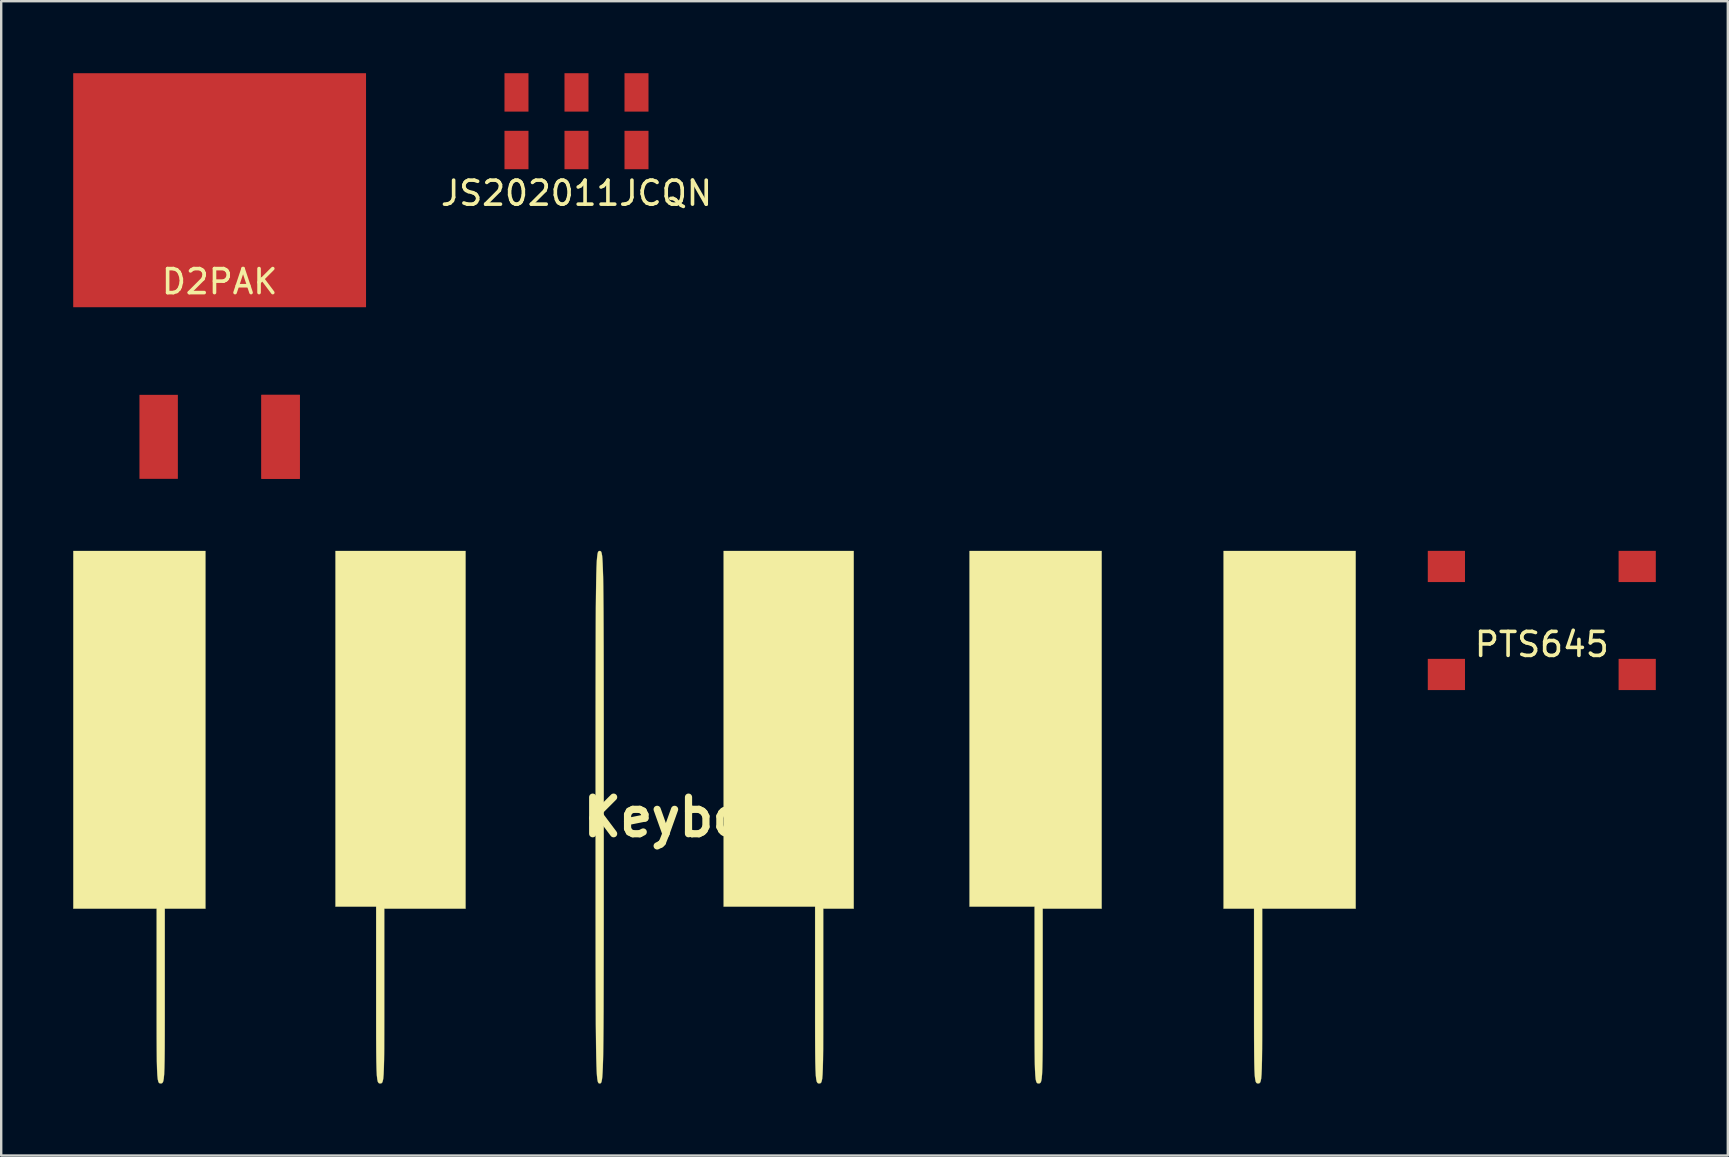
<source format=kicad_pcb>
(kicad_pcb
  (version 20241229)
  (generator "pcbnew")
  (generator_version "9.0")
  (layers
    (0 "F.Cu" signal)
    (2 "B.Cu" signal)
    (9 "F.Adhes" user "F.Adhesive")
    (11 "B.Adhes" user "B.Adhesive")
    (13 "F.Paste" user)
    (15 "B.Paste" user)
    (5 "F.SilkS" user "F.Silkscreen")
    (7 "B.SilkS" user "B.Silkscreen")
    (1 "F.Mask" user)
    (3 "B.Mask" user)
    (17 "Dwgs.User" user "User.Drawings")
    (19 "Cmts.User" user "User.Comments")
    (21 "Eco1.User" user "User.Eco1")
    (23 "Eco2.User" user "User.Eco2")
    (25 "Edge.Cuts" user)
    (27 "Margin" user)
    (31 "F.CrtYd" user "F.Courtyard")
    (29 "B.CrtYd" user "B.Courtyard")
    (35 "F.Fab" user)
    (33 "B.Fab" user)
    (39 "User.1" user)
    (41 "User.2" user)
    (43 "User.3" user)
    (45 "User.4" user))
  (footprint "Keyboard"
    (layer "F.Cu")
    (at 26.506 30.996)
    (property "Reference" "Keyboard" (at 0 0 0) (layer "F.SilkS") (effects (font (size 1.524 1.524) (thickness 0.3))))
    (attr through_hole)
    (fp_poly (pts (xy -20.997 3.81) (xy -22.691 3.81) (xy -22.691 7.451) (xy -22.691 8.33) (xy -22.692 9.055) (xy -22.694 9.641) (xy -22.699 10.102) (xy -22.707 10.453) (xy -22.718 10.71) (xy -22.733 10.886) (xy -22.754 10.998) (xy -22.78 11.059) (xy -22.812 11.085) (xy -22.852 11.091) (xy -22.86 11.091) (xy -22.901 11.087) (xy -22.935 11.066) (xy -22.962 11.012) (xy -22.983 10.911) (xy -23 10.747) (xy -23.012 10.506) (xy -23.02 10.173) (xy -23.025 9.733) (xy -23.028 9.171) (xy -23.029 8.472) (xy -23.029 7.621) (xy -23.029 7.451) (xy -23.029 3.81) (xy -26.501 3.81) (xy -26.501 -11.091) (xy -20.997 -11.091) (xy -20.997 3.81)) (stroke (width 0.01) (type solid)) (fill yes) (layer "F.SilkS"))
    (fp_poly (pts (xy -10.16 3.81) (xy -13.547 3.81) (xy -13.547 7.451) (xy -13.547 8.33) (xy -13.548 9.055) (xy -13.55 9.641) (xy -13.555 10.102) (xy -13.563 10.453) (xy -13.574 10.71) (xy -13.589 10.886) (xy -13.61 10.998) (xy -13.636 11.059) (xy -13.668 11.085) (xy -13.708 11.091) (xy -13.716 11.091) (xy -13.757 11.088) (xy -13.79 11.066) (xy -13.817 11.013) (xy -13.839 10.912) (xy -13.855 10.749) (xy -13.867 10.51) (xy -13.876 10.179) (xy -13.881 9.741) (xy -13.884 9.183) (xy -13.885 8.488) (xy -13.885 7.642) (xy -13.885 7.408) (xy -13.885 3.725) (xy -15.579 3.725) (xy -15.579 -11.091) (xy -10.16 -11.091) (xy -10.16 3.81)) (stroke (width 0.01) (type solid)) (fill yes) (layer "F.SilkS"))
    (fp_poly (pts (xy 6.011 3.81) (xy 4.741 3.81) (xy 4.741 7.451) (xy 4.741 8.33) (xy 4.74 9.055) (xy 4.738 9.641) (xy 4.733 10.102) (xy 4.725 10.453) (xy 4.714 10.71) (xy 4.699 10.886) (xy 4.678 10.998) (xy 4.652 11.059) (xy 4.62 11.085) (xy 4.58 11.091) (xy 4.572 11.091) (xy 4.531 11.088) (xy 4.498 11.066) (xy 4.471 11.013) (xy 4.449 10.912) (xy 4.433 10.749) (xy 4.421 10.51) (xy 4.412 10.179) (xy 4.407 9.741) (xy 4.404 9.183) (xy 4.403 8.488) (xy 4.403 7.642) (xy 4.403 7.408) (xy 4.403 3.725) (xy 0.593 3.725) (xy 0.593 -11.091) (xy 6.011 -11.091) (xy 6.011 3.81)) (stroke (width 0.01) (type solid)) (fill yes) (layer "F.SilkS"))
    (fp_poly (pts (xy 16.341 3.81) (xy 13.885 3.81) (xy 13.885 7.451) (xy 13.885 8.33) (xy 13.884 9.055) (xy 13.882 9.641) (xy 13.877 10.102) (xy 13.869 10.453) (xy 13.858 10.71) (xy 13.843 10.886) (xy 13.822 10.998) (xy 13.796 11.059) (xy 13.764 11.085) (xy 13.724 11.091) (xy 13.716 11.091) (xy 13.675 11.088) (xy 13.642 11.066) (xy 13.615 11.013) (xy 13.593 10.912) (xy 13.577 10.749) (xy 13.565 10.51) (xy 13.556 10.179) (xy 13.551 9.741) (xy 13.548 9.183) (xy 13.547 8.488) (xy 13.547 7.642) (xy 13.547 7.408) (xy 13.547 3.725) (xy 10.837 3.725) (xy 10.837 -11.091) (xy 16.341 -11.091) (xy 16.341 3.81)) (stroke (width 0.01) (type solid)) (fill yes) (layer "F.SilkS"))
    (fp_poly (pts (xy 26.924 3.81) (xy 23.029 3.81) (xy 23.029 7.451) (xy 23.029 8.33) (xy 23.028 9.055) (xy 23.026 9.641) (xy 23.021 10.102) (xy 23.013 10.453) (xy 23.002 10.71) (xy 22.987 10.886) (xy 22.966 10.998) (xy 22.94 11.059) (xy 22.908 11.085) (xy 22.868 11.091) (xy 22.86 11.091) (xy 22.819 11.087) (xy 22.785 11.066) (xy 22.758 11.012) (xy 22.737 10.911) (xy 22.72 10.747) (xy 22.708 10.506) (xy 22.7 10.173) (xy 22.695 9.733) (xy 22.692 9.171) (xy 22.691 8.472) (xy 22.691 7.621) (xy 22.691 7.451) (xy 22.691 3.81) (xy 21.421 3.81) (xy 21.421 -11.091) (xy 26.924 -11.091) (xy 26.924 3.81)) (stroke (width 0.01) (type solid)) (fill yes) (layer "F.SilkS"))
    (fp_poly (pts (xy -4.548 -11.089) (xy -4.526 -11.078) (xy -4.506 -11.049) (xy -4.489 -10.993) (xy -4.473 -10.903) (xy -4.46 -10.768) (xy -4.449 -10.582) (xy -4.439 -10.335) (xy -4.43 -10.018) (xy -4.423 -9.624) (xy -4.418 -9.144) (xy -4.413 -8.569) (xy -4.41 -7.89) (xy -4.407 -7.1) (xy -4.405 -6.189) (xy -4.404 -5.149) (xy -4.403 -3.972) (xy -4.403 -2.648) (xy -4.403 -1.17) (xy -4.403 0) (xy -4.403 1.595) (xy -4.403 3.03) (xy -4.403 4.312) (xy -4.404 5.45) (xy -4.406 6.454) (xy -4.408 7.33) (xy -4.41 8.089) (xy -4.414 8.738) (xy -4.419 9.286) (xy -4.425 9.742) (xy -4.432 10.113) (xy -4.441 10.41) (xy -4.452 10.639) (xy -4.464 10.81) (xy -4.478 10.932) (xy -4.493 11.012) (xy -4.511 11.059) (xy -4.532 11.083) (xy -4.554 11.091) (xy -4.572 11.091) (xy -4.596 11.089) (xy -4.618 11.078) (xy -4.638 11.049) (xy -4.655 10.993) (xy -4.671 10.903) (xy -4.684 10.768) (xy -4.695 10.582) (xy -4.705 10.335) (xy -4.714 10.018) (xy -4.721 9.624) (xy -4.726 9.144) (xy -4.731 8.569) (xy -4.734 7.89) (xy -4.737 7.1) (xy -4.739 6.189) (xy -4.74 5.149) (xy -4.741 3.972) (xy -4.741 2.648) (xy -4.741 1.17) (xy -4.741 0) (xy -4.741 -1.595) (xy -4.741 -3.03) (xy -4.741 -4.312) (xy -4.74 -5.45) (xy -4.738 -6.454) (xy -4.736 -7.33) (xy -4.734 -8.089) (xy -4.73 -8.738) (xy -4.725 -9.286) (xy -4.719 -9.742) (xy -4.712 -10.113) (xy -4.703 -10.41) (xy -4.692 -10.639) (xy -4.68 -10.81) (xy -4.666 -10.932) (xy -4.651 -11.012) (xy -4.633 -11.059) (xy -4.612 -11.083) (xy -4.59 -11.091) (xy -4.572 -11.091) (xy -4.548 -11.089)) (stroke (width 0.01) (type solid)) (fill yes) (layer "F.SilkS")))
  (footprint "D2PAK"
    (layer "F.Cu")
    (at 6.1 4.875)
    (property "Reference" "D2PAK" (at 0 3.81 0) (layer "F.SilkS") (effects (font (size 1 1) (thickness 0.15))))
    (attr through_hole)
    (pad "GND" smd rect (at 0 0) (size 12.2 9.75) (layers "F.Cu" "F.Mask" "F.Paste"))
    (pad "VI" smd rect (at -2.54 10.275) (size 1.6 3.5) (layers "F.Cu" "F.Mask" "F.Paste"))
    (pad "VO" smd rect (at 2.54 10.275) (size 1.6 3.5) (layers "F.Cu" "F.Mask" "F.Paste"))
    (pad "VO" smd rect (at 2.54 10.275) (size 1.6 3.5) (layers "F.Cu" "F.Mask" "F.Paste")))
  (footprint "PTS645"
    (layer "F.Cu")
    (at 61.185 22.8)
    (property "Reference" "PTS645" (at 0 1 0) (layer "F.SilkS") (effects (font (size 1 1) (thickness 0.15))))
    (attr through_hole)
    (pad "1" smd rect (at -3.975 -2.25) (size 1.55 1.3) (layers "F.Cu" "F.Mask" "F.Paste"))
    (pad "2" smd rect (at 3.975 -2.25) (size 1.55 1.3) (layers "F.Cu" "F.Mask" "F.Paste"))
    (pad "3" smd rect (at -3.975 2.25) (size 1.55 1.3) (layers "F.Cu" "F.Mask" "F.Paste"))
    (pad "4" smd rect (at 3.975 2.25) (size 1.55 1.3) (layers "F.Cu" "F.Mask" "F.Paste")))
  (footprint "JS202011JCQN"
    (layer "F.Cu")
    (at 20.968 2)
    (property "Reference" "JS202011JCQN" (at 0 3 0) (layer "F.SilkS") (effects (font (size 1 1) (thickness 0.15))))
    (attr through_hole)
    (pad "1" smd rect (at -2.5 -1.2) (size 1 1.6) (layers "F.Cu" "F.Mask" "F.Paste"))
    (pad "2" smd rect (at 0 -1.2) (size 1 1.6) (layers "F.Cu" "F.Mask" "F.Paste"))
    (pad "3" smd rect (at 2.5 -1.2) (size 1 1.6) (layers "F.Cu" "F.Mask" "F.Paste"))
    (pad "4" smd rect (at -2.5 1.2) (size 1 1.6) (layers "F.Cu" "F.Mask" "F.Paste"))
    (pad "5" smd rect (at 0 1.2) (size 1 1.6) (layers "F.Cu" "F.Mask" "F.Paste"))
    (pad "6" smd rect (at 2.5 1.2) (size 1 1.6) (layers "F.Cu" "F.Mask" "F.Paste")))
  (gr_rect
    (start -3 -3)
    (end 68.935 45.093)
    (stroke (width 0.1) (type default))
    (fill no)
    (layer "Edge.Cuts")))
</source>
